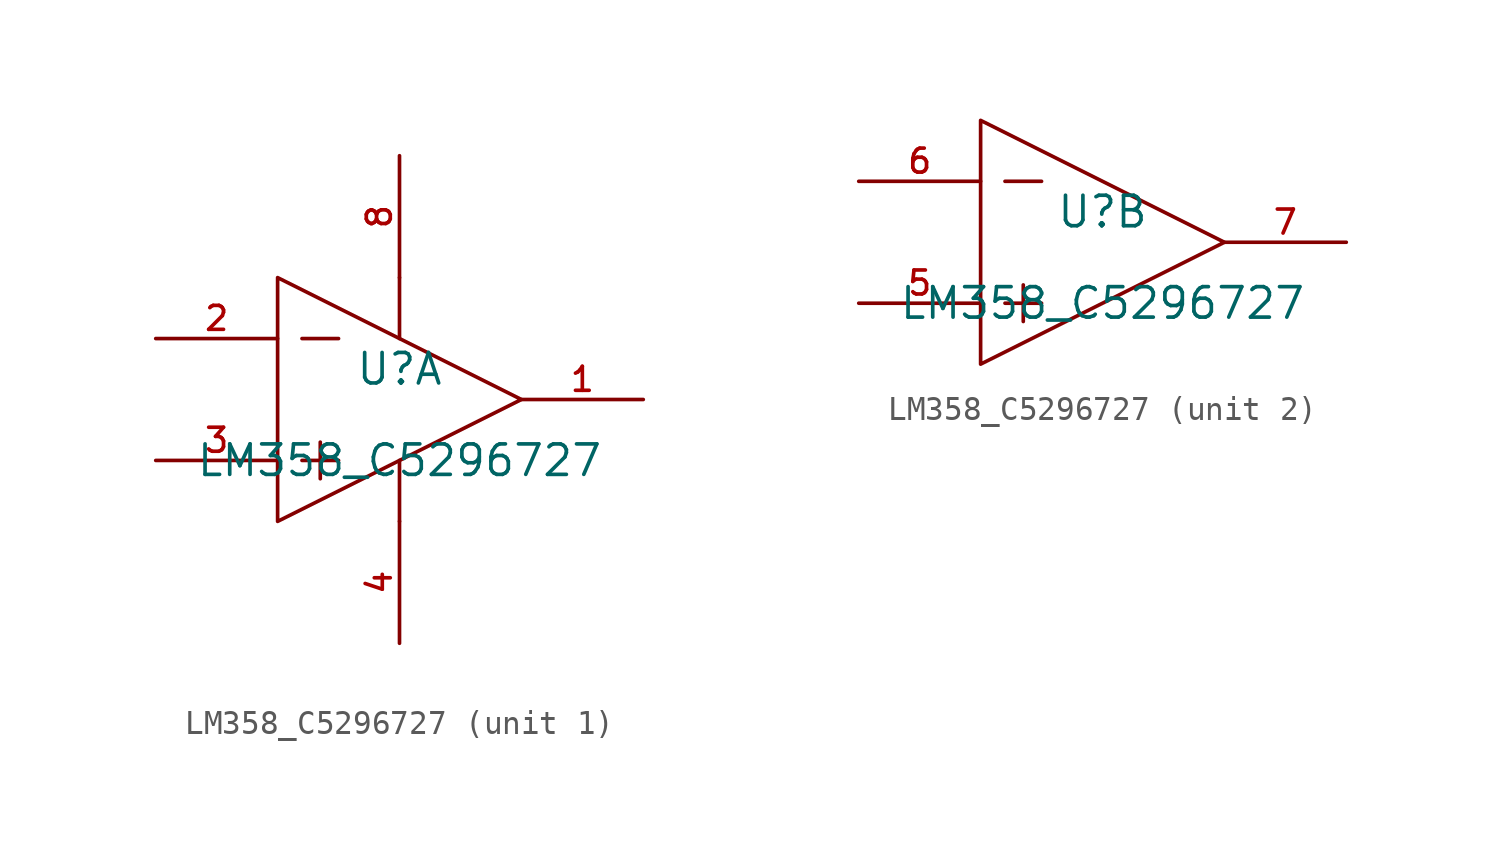
<source format=kicad_sym>
(kicad_symbol_lib
  (version 20210201)
  (generator TousstNicolas/JLC2KiCad_lib)
  (symbol "LM358_C5296727"
    (pin_names hide)
    (property "Reference" "U"
      (at 0 1.27 0)
      (effects (font (size 1.27 1.27))))
    (property "Value" "LM358_C5296727"
      (at 0 -2.54 0)
      (effects (font (size 1.27 1.27))))
    (symbol "LM358_C5296727_1_1"
      (polyline (pts (xy -5.08 -5.08) (xy 5.08 -0.0) (xy -5.08 5.08) (xy -5.08 -5.08)) (stroke (width 0) (type default) (color 0 0 0 0)) (fill (type none)))
      (polyline (pts (xy -4.064 2.54) (xy -2.54 2.54)) (stroke (width 0) (type default) (color 0 0 0 0)) (fill (type none)))
      (polyline (pts (xy -4.064 -2.54) (xy -2.54 -2.54)) (stroke (width 0) (type default) (color 0 0 0 0)) (fill (type none)))
      (polyline (pts (xy -3.302 -1.778) (xy -3.302 -3.302)) (stroke (width 0) (type default) (color 0 0 0 0)) (fill (type none)))
      (polyline (pts (xy 0.0 -2.54) (xy 0.0 -5.08)) (stroke (width 0) (type default) (color 0 0 0 0)) (fill (type none)))
      (polyline (pts (xy 0.0 5.08) (xy 0.0 2.54)) (stroke (width 0) (type default) (color 0 0 0 0)) (fill (type none)))
      (pin unspecified line (at -10.16 -2.54 0) (length 5.08) (name "IN1+" (effects (font (size 1 1)))) (number "3" (effects (font (size 1 1)))))
      (pin unspecified line (at -10.16 2.54 0) (length 5.08) (name "IN1-" (effects (font (size 1 1)))) (number "2" (effects (font (size 1 1)))))
      (pin output line (at 10.16 -0.0 180) (length 5.08) (name "OUT1" (effects (font (size 1 1)))) (number "1" (effects (font (size 1 1)))))
      (pin power_in line (at 0.0 -10.16 90) (length 5.08) (name "VCC-" (effects (font (size 1 1)))) (number "4" (effects (font (size 1 1)))))
      (pin power_in line (at 0.0 10.16 270) (length 5.08) (name "VCC+" (effects (font (size 1 1)))) (number "8" (effects (font (size 1 1))))))
    (symbol "LM358_C5296727_2_1"
      (polyline (pts (xy -5.08 -5.08) (xy 5.08 -0.0) (xy -5.08 5.08) (xy -5.08 -5.08)) (stroke (width 0) (type default) (color 0 0 0 0)) (fill (type none)))
      (polyline (pts (xy -4.064 2.54) (xy -2.54 2.54)) (stroke (width 0) (type default) (color 0 0 0 0)) (fill (type none)))
      (polyline (pts (xy -4.064 -2.54) (xy -2.54 -2.54)) (stroke (width 0) (type default) (color 0 0 0 0)) (fill (type none)))
      (polyline (pts (xy -3.302 -1.778) (xy -3.302 -3.302)) (stroke (width 0) (type default) (color 0 0 0 0)) (fill (type none)))
      (pin unspecified line (at -10.16 -2.54 0) (length 5.08) (name "IN2+" (effects (font (size 1 1)))) (number "5" (effects (font (size 1 1)))))
      (pin unspecified line (at -10.16 2.54 0) (length 5.08) (name "IN2-" (effects (font (size 1 1)))) (number "6" (effects (font (size 1 1)))))
      (pin output line (at 10.16 -0.0 180) (length 5.08) (name "OUT2" (effects (font (size 1 1)))) (number "7" (effects (font (size 1 1))))))))
</source>
